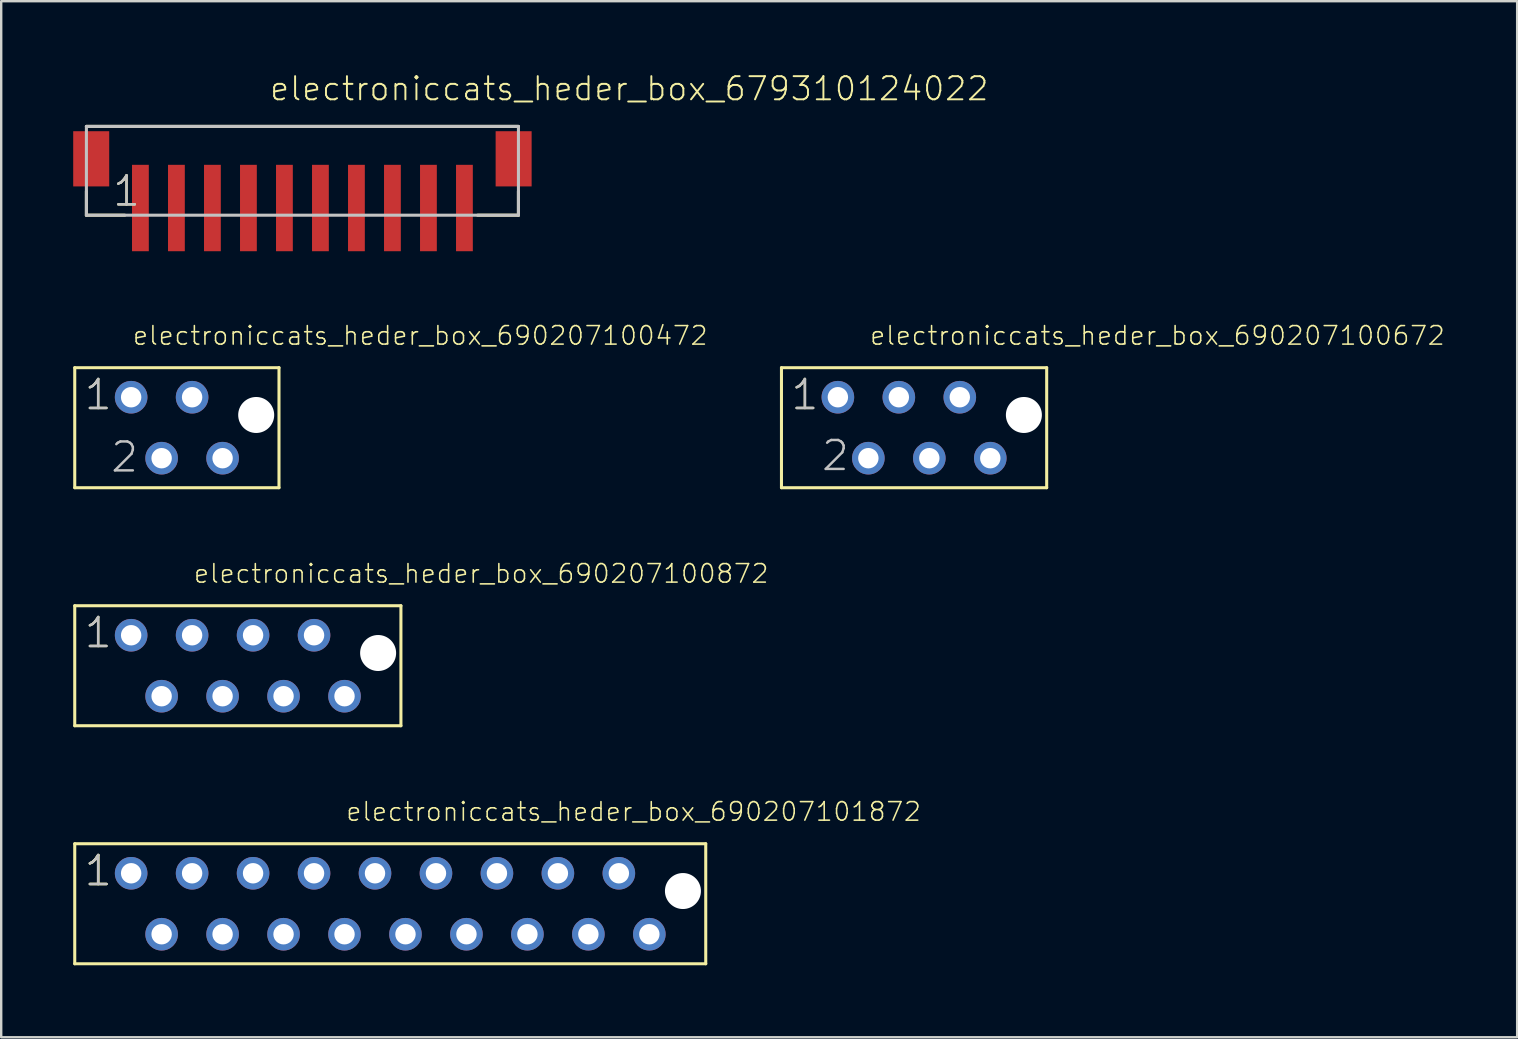
<source format=kicad_pcb>
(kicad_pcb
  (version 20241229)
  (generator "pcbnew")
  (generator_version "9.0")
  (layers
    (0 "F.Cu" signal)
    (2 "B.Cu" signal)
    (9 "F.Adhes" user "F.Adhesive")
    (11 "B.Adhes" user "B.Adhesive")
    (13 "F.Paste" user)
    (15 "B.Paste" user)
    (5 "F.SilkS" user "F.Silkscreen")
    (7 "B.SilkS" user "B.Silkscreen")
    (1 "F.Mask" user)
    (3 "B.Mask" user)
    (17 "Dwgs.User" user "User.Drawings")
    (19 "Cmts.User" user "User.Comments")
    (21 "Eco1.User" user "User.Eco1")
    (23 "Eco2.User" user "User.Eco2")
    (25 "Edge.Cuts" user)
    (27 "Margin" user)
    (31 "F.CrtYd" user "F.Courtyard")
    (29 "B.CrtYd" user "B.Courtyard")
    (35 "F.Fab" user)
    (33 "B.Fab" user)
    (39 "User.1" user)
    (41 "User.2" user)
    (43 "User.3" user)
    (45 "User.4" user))
  (footprint "electroniccats_heder_box_690207101872"
    (layer "F.Cu")
    (at 13.209 34.604)
    (property "Reference" "electroniccats_heder_box_690207101872" (at -1.887 -3.386 0) (layer "F.SilkS") (effects (font (size 0.772 0.772) (thickness 0.065)) (justify left bottom)))
    (attr through_hole)
    (fp_line (start -13.145 -2.5) (end -13.145 2.5) (stroke (width 0.127) (type solid)) (layer "F.SilkS"))
    (fp_line (start -13.145 2.5) (end 13.145 2.5) (stroke (width 0.127) (type solid)) (layer "F.SilkS"))
    (fp_line (start 13.145 -2.5) (end -13.145 -2.5) (stroke (width 0.127) (type solid)) (layer "F.SilkS"))
    (fp_line (start 13.145 2.5) (end 13.145 -2.5) (stroke (width 0.127) (type solid)) (layer "F.SilkS"))
    (fp_text user "1" (at -12.81 -0.67 0) (layer "F.SilkS") (effects (font (size 1.206 1.206) (thickness 0.102)) (justify left bottom)))
    (fp_text user "1" (at -12.81 -0.67 0) (layer "F.SilkS") (effects (font (size 1.206 1.206) (thickness 0.102)) (justify left bottom)))
    (fp_text user "1" (at -12.81 -0.67 0) (layer "Dwgs.User") (effects (font (size 1.206 1.206) (thickness 0.102)) (justify left bottom)))
    (pad "" np_thru_hole circle (at 12.195 -0.53) (size 1.5 1.5) (drill 1.5) (layers "*.Cu"))
    (pad "1" thru_hole circle (at -10.795 -1.27 180) (size 1.358 1.358) (drill 0.85) (layers "*.Cu" "*.Mask"))
    (pad "2" thru_hole circle (at -9.525 1.27 180) (size 1.358 1.358) (drill 0.85) (layers "*.Cu" "*.Mask"))
    (pad "3" thru_hole circle (at -8.255 -1.27 180) (size 1.358 1.358) (drill 0.85) (layers "*.Cu" "*.Mask"))
    (pad "4" thru_hole circle (at -6.985 1.27 180) (size 1.358 1.358) (drill 0.85) (layers "*.Cu" "*.Mask"))
    (pad "5" thru_hole circle (at -5.715 -1.27 180) (size 1.358 1.358) (drill 0.85) (layers "*.Cu" "*.Mask"))
    (pad "6" thru_hole circle (at -4.445 1.27 180) (size 1.358 1.358) (drill 0.85) (layers "*.Cu" "*.Mask"))
    (pad "7" thru_hole circle (at -3.175 -1.27 180) (size 1.358 1.358) (drill 0.85) (layers "*.Cu" "*.Mask"))
    (pad "8" thru_hole circle (at -1.905 1.27 180) (size 1.358 1.358) (drill 0.85) (layers "*.Cu" "*.Mask"))
    (pad "9" thru_hole circle (at -0.635 -1.27 180) (size 1.358 1.358) (drill 0.85) (layers "*.Cu" "*.Mask"))
    (pad "10" thru_hole circle (at 0.635 1.27 180) (size 1.358 1.358) (drill 0.85) (layers "*.Cu" "*.Mask"))
    (pad "11" thru_hole circle (at 1.905 -1.27 180) (size 1.358 1.358) (drill 0.85) (layers "*.Cu" "*.Mask"))
    (pad "12" thru_hole circle (at 3.175 1.27 180) (size 1.358 1.358) (drill 0.85) (layers "*.Cu" "*.Mask"))
    (pad "13" thru_hole circle (at 4.445 -1.27 180) (size 1.358 1.358) (drill 0.85) (layers "*.Cu" "*.Mask"))
    (pad "14" thru_hole circle (at 5.715 1.27 180) (size 1.358 1.358) (drill 0.85) (layers "*.Cu" "*.Mask"))
    (pad "15" thru_hole circle (at 6.985 -1.27 180) (size 1.358 1.358) (drill 0.85) (layers "*.Cu" "*.Mask"))
    (pad "16" thru_hole circle (at 8.255 1.27 180) (size 1.358 1.358) (drill 0.85) (layers "*.Cu" "*.Mask"))
    (pad "17" thru_hole circle (at 9.525 -1.27 180) (size 1.358 1.358) (drill 0.85) (layers "*.Cu" "*.Mask"))
    (pad "18" thru_hole circle (at 10.795 1.27 180) (size 1.358 1.358) (drill 0.85) (layers "*.Cu" "*.Mask")))
  (footprint "electroniccats_heder_box_690207100472"
    (layer "F.Cu")
    (at 4.319 14.77)
    (property "Reference" "electroniccats_heder_box_690207100472" (at -1.887 -3.386 0) (layer "F.SilkS") (effects (font (size 0.772 0.772) (thickness 0.065)) (justify left bottom)))
    (attr through_hole)
    (fp_line (start -4.255 -2.5) (end -4.255 2.5) (stroke (width 0.127) (type solid)) (layer "F.SilkS"))
    (fp_line (start -4.255 2.5) (end 4.255 2.5) (stroke (width 0.127) (type solid)) (layer "F.SilkS"))
    (fp_line (start 4.255 -2.5) (end -4.255 -2.5) (stroke (width 0.127) (type solid)) (layer "F.SilkS"))
    (fp_line (start 4.255 2.5) (end 4.255 -2.5) (stroke (width 0.127) (type solid)) (layer "F.SilkS"))
    (fp_text user "1" (at -3.92 -0.67 0) (layer "F.SilkS") (effects (font (size 1.206 1.206) (thickness 0.102)) (justify left bottom)))
    (fp_text user "2" (at -2.82 1.93 0) (layer "Dwgs.User") (effects (font (size 1.206 1.206) (thickness 0.102)) (justify left bottom)))
    (fp_text user "1" (at -3.92 -0.67 0) (layer "Dwgs.User") (effects (font (size 1.206 1.206) (thickness 0.102)) (justify left bottom)))
    (pad "" np_thru_hole circle (at 3.305 -0.53) (size 1.5 1.5) (drill 1.5) (layers "*.Cu"))
    (pad "1" thru_hole circle (at -1.905 -1.27 180) (size 1.358 1.358) (drill 0.85) (layers "*.Cu" "*.Mask"))
    (pad "2" thru_hole circle (at -0.635 1.27 180) (size 1.358 1.358) (drill 0.85) (layers "*.Cu" "*.Mask"))
    (pad "3" thru_hole circle (at 0.635 -1.27 180) (size 1.358 1.358) (drill 0.85) (layers "*.Cu" "*.Mask"))
    (pad "4" thru_hole circle (at 1.905 1.27 180) (size 1.358 1.358) (drill 0.85) (layers "*.Cu" "*.Mask")))
  (footprint "electroniccats_heder_box_690207100872"
    (layer "F.Cu")
    (at 6.859 24.687)
    (property "Reference" "electroniccats_heder_box_690207100872" (at -1.887 -3.386 0) (layer "F.SilkS") (effects (font (size 0.772 0.772) (thickness 0.065)) (justify left bottom)))
    (attr through_hole)
    (fp_line (start -6.795 -2.5) (end -6.795 2.5) (stroke (width 0.127) (type solid)) (layer "F.SilkS"))
    (fp_line (start -6.795 2.5) (end 6.795 2.5) (stroke (width 0.127) (type solid)) (layer "F.SilkS"))
    (fp_line (start 6.795 -2.5) (end -6.795 -2.5) (stroke (width 0.127) (type solid)) (layer "F.SilkS"))
    (fp_line (start 6.795 2.5) (end 6.795 -2.5) (stroke (width 0.127) (type solid)) (layer "F.SilkS"))
    (fp_text user "1" (at -6.46 -0.67 0) (layer "F.SilkS") (effects (font (size 1.206 1.206) (thickness 0.102)) (justify left bottom)))
    (fp_text user "1" (at -6.46 -0.67 0) (layer "Dwgs.User") (effects (font (size 1.206 1.206) (thickness 0.102)) (justify left bottom)))
    (pad "" np_thru_hole circle (at 5.845 -0.53) (size 1.5 1.5) (drill 1.5) (layers "*.Cu"))
    (pad "1" thru_hole circle (at -4.445 -1.27 180) (size 1.358 1.358) (drill 0.85) (layers "*.Cu" "*.Mask"))
    (pad "2" thru_hole circle (at -3.175 1.27 180) (size 1.358 1.358) (drill 0.85) (layers "*.Cu" "*.Mask"))
    (pad "3" thru_hole circle (at -1.905 -1.27 180) (size 1.358 1.358) (drill 0.85) (layers "*.Cu" "*.Mask"))
    (pad "4" thru_hole circle (at -0.635 1.27 180) (size 1.358 1.358) (drill 0.85) (layers "*.Cu" "*.Mask"))
    (pad "5" thru_hole circle (at 0.635 -1.27 180) (size 1.358 1.358) (drill 0.85) (layers "*.Cu" "*.Mask"))
    (pad "6" thru_hole circle (at 1.905 1.27 180) (size 1.358 1.358) (drill 0.85) (layers "*.Cu" "*.Mask"))
    (pad "7" thru_hole circle (at 3.175 -1.27 180) (size 1.358 1.358) (drill 0.85) (layers "*.Cu" "*.Mask"))
    (pad "8" thru_hole circle (at 4.445 1.27 180) (size 1.358 1.358) (drill 0.85) (layers "*.Cu" "*.Mask")))
  (footprint "electroniccats_heder_box_679310124022"
    (layer "F.Cu")
    (at 9.55 5.617)
    (property "Reference" "electroniccats_heder_box_679310124022" (at -1.415 -4.407 0) (layer "F.SilkS") (effects (font (size 0.965 0.965) (thickness 0.081)) (justify left bottom)))
    (attr through_hole)
    (fp_line (start -9 -3.4) (end 9 -3.4) (stroke (width 0.127) (type solid)) (layer "F.SilkS"))
    (fp_line (start -9 -0.7) (end -9 0.3) (stroke (width 0.127) (type solid)) (layer "F.SilkS"))
    (fp_line (start -9 0.3) (end -7.4 0.3) (stroke (width 0.127) (type solid)) (layer "F.SilkS"))
    (fp_line (start 7.3 0.3) (end 9 0.3) (stroke (width 0.127) (type solid)) (layer "F.SilkS"))
    (fp_line (start 9 0.3) (end 9 -0.7) (stroke (width 0.127) (type solid)) (layer "F.SilkS"))
    (fp_line (start -9 -3.4) (end -9 0.3) (stroke (width 0.127) (type solid)) (layer "Dwgs.User"))
    (fp_line (start -9 0.3) (end 9 0.3) (stroke (width 0.127) (type solid)) (layer "Dwgs.User"))
    (fp_line (start 9 -3.4) (end -9 -3.4) (stroke (width 0.127) (type solid)) (layer "Dwgs.User"))
    (fp_line (start 9 0.3) (end 9 -3.4) (stroke (width 0.127) (type solid)) (layer "Dwgs.User"))
    (fp_text user "1" (at -7.97 0 0) (layer "F.SilkS") (effects (font (size 1.206 1.206) (thickness 0.102)) (justify left bottom)))
    (fp_text user "1" (at -7.97 0 0) (layer "Dwgs.User") (effects (font (size 1.206 1.206) (thickness 0.102)) (justify left bottom)))
    (pad "1" smd rect (at -6.75 0) (size 0.7 3.6) (layers "F.Cu" "F.Mask" "F.Paste"))
    (pad "2" smd rect (at -5.25 0) (size 0.7 3.6) (layers "F.Cu" "F.Mask" "F.Paste"))
    (pad "3" smd rect (at -3.75 0) (size 0.7 3.6) (layers "F.Cu" "F.Mask" "F.Paste"))
    (pad "4" smd rect (at -2.25 0) (size 0.7 3.6) (layers "F.Cu" "F.Mask" "F.Paste"))
    (pad "5" smd rect (at -0.75 0) (size 0.7 3.6) (layers "F.Cu" "F.Mask" "F.Paste"))
    (pad "6" smd rect (at 0.75 0) (size 0.7 3.6) (layers "F.Cu" "F.Mask" "F.Paste"))
    (pad "7" smd rect (at 2.25 0) (size 0.7 3.6) (layers "F.Cu" "F.Mask" "F.Paste"))
    (pad "8" smd rect (at 3.75 0) (size 0.7 3.6) (layers "F.Cu" "F.Mask" "F.Paste"))
    (pad "9" smd rect (at 5.25 0) (size 0.7 3.6) (layers "F.Cu" "F.Mask" "F.Paste"))
    (pad "10" smd rect (at 6.75 0) (size 0.7 3.6) (layers "F.Cu" "F.Mask" "F.Paste"))
    (pad "Z1" smd rect (at -8.8 -2.05 90) (size 2.3 1.5) (layers "F.Cu" "F.Mask" "F.Paste"))
    (pad "Z2" smd rect (at 8.8 -2.05 90) (size 2.3 1.5) (layers "F.Cu" "F.Mask" "F.Paste")))
  (footprint "electroniccats_heder_box_690207100672"
    (layer "F.Cu")
    (at 35.034 14.77)
    (property "Reference" "electroniccats_heder_box_690207100672" (at -1.887 -3.386 0) (layer "F.SilkS") (effects (font (size 0.772 0.772) (thickness 0.065)) (justify left bottom)))
    (attr through_hole)
    (fp_line (start -5.525 -2.5) (end -5.525 2.5) (stroke (width 0.127) (type solid)) (layer "F.SilkS"))
    (fp_line (start -5.525 2.5) (end 5.525 2.5) (stroke (width 0.127) (type solid)) (layer "F.SilkS"))
    (fp_line (start 5.525 -2.5) (end -5.525 -2.5) (stroke (width 0.127) (type solid)) (layer "F.SilkS"))
    (fp_line (start 5.525 2.5) (end 5.525 -2.5) (stroke (width 0.127) (type solid)) (layer "F.SilkS"))
    (fp_text user "1" (at -5.19 -0.67 0) (layer "F.SilkS") (effects (font (size 1.206 1.206) (thickness 0.102)) (justify left bottom)))
    (fp_text user "2" (at -3.92 1.87 0) (layer "Dwgs.User") (effects (font (size 1.206 1.206) (thickness 0.102)) (justify left bottom)))
    (fp_text user "1" (at -5.19 -0.67 0) (layer "Dwgs.User") (effects (font (size 1.206 1.206) (thickness 0.102)) (justify left bottom)))
    (pad "" np_thru_hole circle (at 4.575 -0.53) (size 1.5 1.5) (drill 1.5) (layers "*.Cu"))
    (pad "1" thru_hole circle (at -3.175 -1.27 180) (size 1.358 1.358) (drill 0.85) (layers "*.Cu" "*.Mask"))
    (pad "2" thru_hole circle (at -1.905 1.27 180) (size 1.358 1.358) (drill 0.85) (layers "*.Cu" "*.Mask"))
    (pad "3" thru_hole circle (at -0.635 -1.27 180) (size 1.358 1.358) (drill 0.85) (layers "*.Cu" "*.Mask"))
    (pad "4" thru_hole circle (at 0.635 1.27 180) (size 1.358 1.358) (drill 0.85) (layers "*.Cu" "*.Mask"))
    (pad "5" thru_hole circle (at 1.905 -1.27 180) (size 1.358 1.358) (drill 0.85) (layers "*.Cu" "*.Mask"))
    (pad "6" thru_hole circle (at 3.175 1.27 180) (size 1.358 1.358) (drill 0.85) (layers "*.Cu" "*.Mask")))
  (gr_rect
    (start -3 -3)
    (end 60.161 40.167)
    (stroke (width 0.1) (type default))
    (fill no)
    (layer "Edge.Cuts")))
</source>
